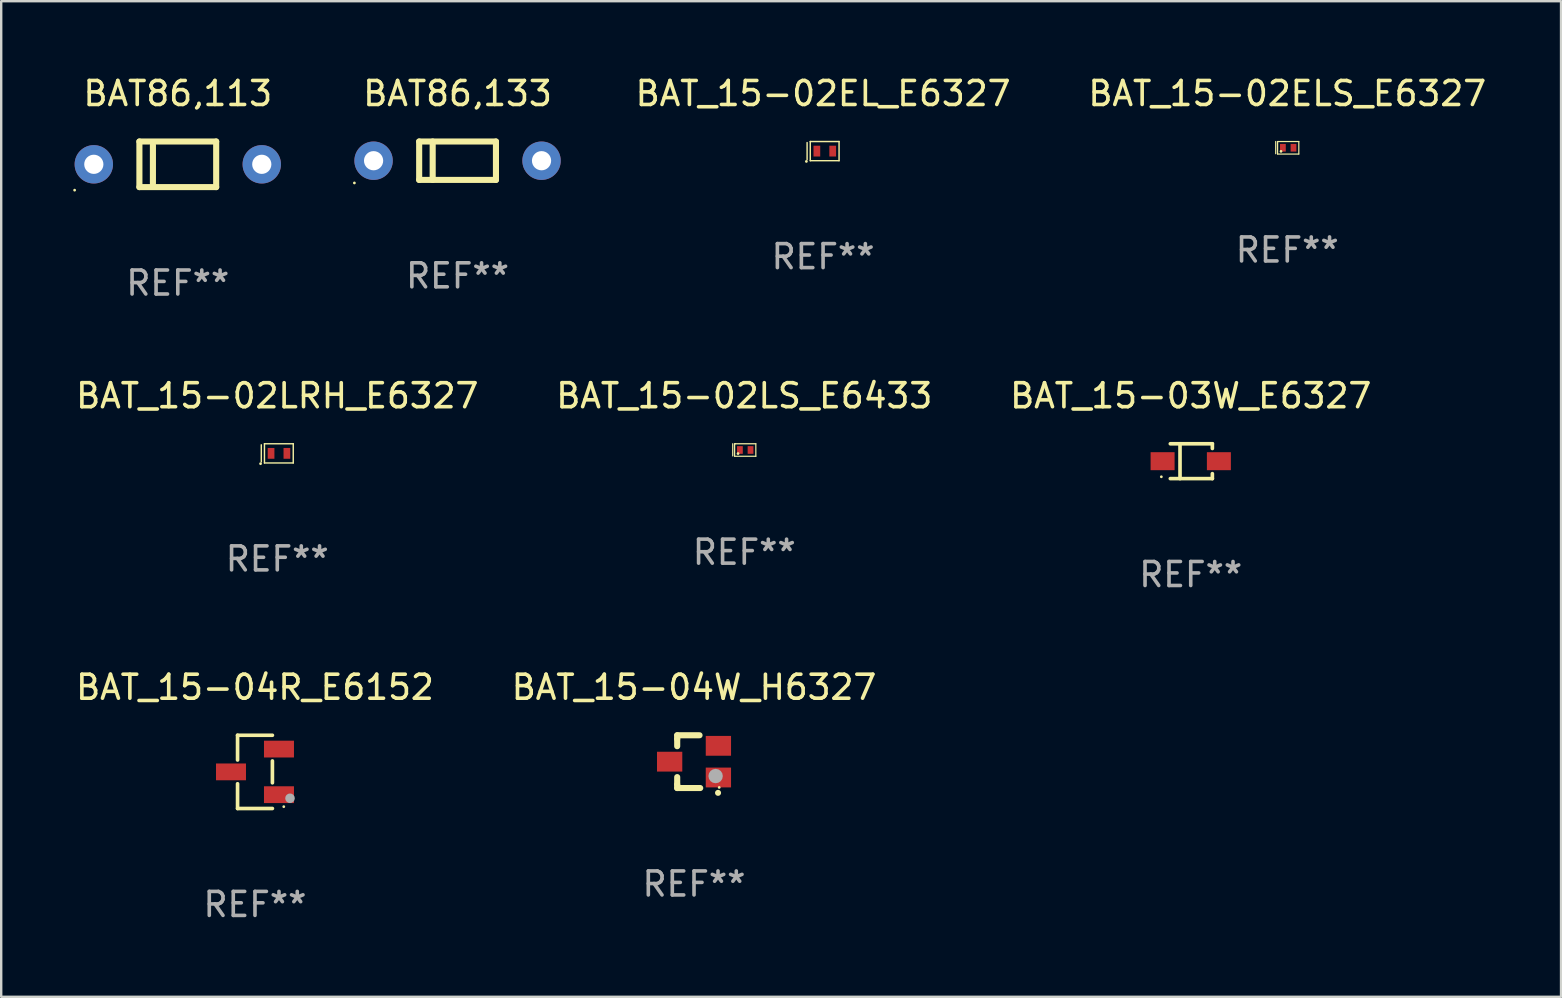
<source format=kicad_pcb>
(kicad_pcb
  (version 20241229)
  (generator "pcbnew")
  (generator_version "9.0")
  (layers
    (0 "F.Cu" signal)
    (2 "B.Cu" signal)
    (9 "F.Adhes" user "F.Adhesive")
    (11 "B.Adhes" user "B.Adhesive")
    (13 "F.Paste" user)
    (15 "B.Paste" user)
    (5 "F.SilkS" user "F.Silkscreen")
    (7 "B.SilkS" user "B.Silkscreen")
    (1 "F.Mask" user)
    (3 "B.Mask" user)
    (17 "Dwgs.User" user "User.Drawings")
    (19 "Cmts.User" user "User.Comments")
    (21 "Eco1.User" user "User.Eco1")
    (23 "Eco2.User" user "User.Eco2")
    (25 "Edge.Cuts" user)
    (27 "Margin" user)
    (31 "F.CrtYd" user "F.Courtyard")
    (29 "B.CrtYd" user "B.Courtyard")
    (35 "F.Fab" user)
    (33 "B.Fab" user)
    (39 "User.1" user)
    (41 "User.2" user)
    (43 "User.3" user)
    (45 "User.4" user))
  (footprint "BAT86,133"
    (layer "F.Cu")
    (at 16.02 3.648)
    (property "Reference" "BAT86,133" (at 0 -2.8 0) (layer "F.SilkS") (effects (font (size 1 1) (thickness 0.15))))
    (attr through_hole)
    (fp_line (start -1.6 -0.8) (end -1.6 0.8) (stroke (width 0.254) (type solid)) (layer "F.SilkS"))
    (fp_line (start -1.6 -0.8) (end 1.6 -0.8) (stroke (width 0.254) (type solid)) (layer "F.SilkS"))
    (fp_line (start -1.6 0.8) (end 1.6 0.8) (stroke (width 0.254) (type solid)) (layer "F.SilkS"))
    (fp_line (start -1.037 -0.8) (end -1.037 0.8) (stroke (width 0.254) (type solid)) (layer "F.SilkS"))
    (fp_line (start 1.6 -0.8) (end 1.6 0.8) (stroke (width 0.254) (type solid)) (layer "F.SilkS"))
    (fp_circle (center -4.3 0.927) (end -4.27 0.927) (stroke (width 0.06) (type solid)) (fill no) (layer "F.SilkS"))
    (fp_text user "REF**" (at 0 4.8 0) (layer "F.Fab") (effects (font (size 1 1) (thickness 0.15))))
    (pad "1" thru_hole circle (at -3.5 0) (size 1.6 1.6) (drill 0.8) (layers "*.Cu" "*.Mask"))
    (pad "2" thru_hole circle (at 3.5 0) (size 1.6 1.6) (drill 0.8) (layers "*.Cu" "*.Mask")))
  (footprint "BAT_15-04R_E6152"
    (layer "F.Cu")
    (at 7.577 29.12)
    (property "Reference" "BAT_15-04R_E6152" (at 0 -3.526 0) (layer "F.SilkS") (effects (font (size 1 1) (thickness 0.15))))
    (attr through_hole)
    (fp_line (start -0.726 -1.526) (end -0.726 -0.495) (stroke (width 0.152) (type solid)) (layer "F.SilkS"))
    (fp_line (start -0.726 1.526) (end -0.726 0.495) (stroke (width 0.152) (type solid)) (layer "F.SilkS"))
    (fp_line (start 0.726 -1.526) (end -0.726 -1.526) (stroke (width 0.152) (type solid)) (layer "F.SilkS"))
    (fp_line (start 0.726 -0.455) (end 0.726 0.455) (stroke (width 0.152) (type solid)) (layer "F.SilkS"))
    (fp_line (start 0.726 1.526) (end -0.726 1.526) (stroke (width 0.152) (type solid)) (layer "F.SilkS"))
    (fp_circle (center 1.2 1.45) (end 1.23 1.45) (stroke (width 0.06) (type solid)) (fill no) (layer "F.SilkS"))
    (fp_circle (center 1.46 1.1) (end 1.56 1.1) (stroke (width 0.2) (type solid)) (fill no) (layer "F.Fab"))
    (fp_text user "REF**" (at 0 5.526 0) (layer "F.Fab") (effects (font (size 1 1) (thickness 0.15))))
    (pad "1" smd rect (at 1 0.95) (size 1.25 0.7) (layers "F.Cu" "F.Mask" "F.Paste"))
    (pad "2" smd rect (at 1 -0.95) (size 1.25 0.7) (layers "F.Cu" "F.Mask" "F.Paste"))
    (pad "3" smd rect (at -1 0) (size 1.25 0.7) (layers "F.Cu" "F.Mask" "F.Paste")))
  (footprint "BAT_15-03W_E6327"
    (layer "F.Cu")
    (at 46.577 16.171)
    (property "Reference" "BAT_15-03W_E6327" (at 0 -2.726 0) (layer "F.SilkS") (effects (font (size 1 1) (thickness 0.15))))
    (attr through_hole)
    (fp_line (start -0.851 -0.726) (end 0.901 -0.726) (stroke (width 0.152) (type solid)) (layer "F.SilkS"))
    (fp_line (start -0.851 0.726) (end 0.901 0.726) (stroke (width 0.152) (type solid)) (layer "F.SilkS"))
    (fp_line (start -0.447 -0.726) (end -0.447 0.726) (stroke (width 0.152) (type solid)) (layer "F.SilkS"))
    (fp_line (start 0.901 -0.726) (end 0.901 -0.53) (stroke (width 0.152) (type solid)) (layer "F.SilkS"))
    (fp_line (start 0.901 0.726) (end 0.901 0.52) (stroke (width 0.152) (type solid)) (layer "F.SilkS"))
    (fp_circle (center -1.225 0.65) (end -1.195 0.65) (stroke (width 0.06) (type solid)) (fill no) (layer "F.SilkS"))
    (fp_text user "REF**" (at 0 4.726 0) (layer "F.Fab") (effects (font (size 1 1) (thickness 0.15))))
    (pad "1" smd rect (at -1.173 0) (size 1 0.75) (layers "F.Cu" "F.Mask" "F.Paste"))
    (pad "2" smd rect (at 1.173 0) (size 1 0.75) (layers "F.Cu" "F.Mask" "F.Paste")))
  (footprint "BAT_15-02LRH_E6327"
    (layer "F.Cu")
    (at 8.506 15.845)
    (property "Reference" "BAT_15-02LRH_E6327" (at 0 -2.4 0) (layer "F.SilkS") (effects (font (size 1 1) (thickness 0.15))))
    (attr through_hole)
    (fp_line (start -0.666 -0.356) (end -0.666 0.356) (stroke (width 0.06) (type solid)) (layer "F.SilkS"))
    (fp_line (start -0.534 -0.4) (end 0.666 -0.4) (stroke (width 0.06) (type solid)) (layer "F.SilkS"))
    (fp_line (start -0.534 0.4) (end -0.534 -0.4) (stroke (width 0.06) (type solid)) (layer "F.SilkS"))
    (fp_line (start 0.666 -0.4) (end 0.666 0.4) (stroke (width 0.06) (type solid)) (layer "F.SilkS"))
    (fp_line (start 0.666 0.4) (end -0.534 0.4) (stroke (width 0.06) (type solid)) (layer "F.SilkS"))
    (fp_circle (center -0.696 0.43) (end -0.666 0.43) (stroke (width 0.06) (type solid)) (fill no) (layer "F.SilkS"))
    (fp_text user "REF**" (at 0 4.4 0) (layer "F.Fab") (effects (font (size 1 1) (thickness 0.15))))
    (pad "1" smd rect (at -0.259 0) (size 0.28 0.45) (layers "F.Cu" "F.Mask" "F.Paste"))
    (pad "2" smd rect (at 0.401 0) (size 0.28 0.45) (layers "F.Cu" "F.Mask" "F.Paste")))
  (footprint "BAT_15-02ELS_E6327"
    (layer "F.Cu")
    (at 50.6 3.109)
    (property "Reference" "BAT_15-02ELS_E6327" (at 0 -2.261 0) (layer "F.SilkS") (effects (font (size 1 1) (thickness 0.15))))
    (attr through_hole)
    (fp_line (start -0.481 -0.261) (end -0.481 0.247) (stroke (width 0.051) (type solid)) (layer "F.SilkS"))
    (fp_line (start -0.403 -0.26) (end -0.37 -0.26) (stroke (width 0.05) (type solid)) (layer "F.SilkS"))
    (fp_line (start -0.403 0.261) (end -0.403 -0.26) (stroke (width 0.05) (type solid)) (layer "F.SilkS"))
    (fp_line (start -0.37 -0.26) (end 0.481 -0.26) (stroke (width 0.05) (type solid)) (layer "F.SilkS"))
    (fp_line (start 0.481 -0.26) (end 0.481 0.261) (stroke (width 0.05) (type solid)) (layer "F.SilkS"))
    (fp_line (start 0.481 0.261) (end -0.403 0.261) (stroke (width 0.05) (type solid)) (layer "F.SilkS"))
    (fp_circle (center -0.261 0.149) (end -0.231 0.149) (stroke (width 0.06) (type solid)) (fill no) (layer "F.SilkS"))
    (fp_text user "REF**" (at 0 4.261 0) (layer "F.Fab") (effects (font (size 1 1) (thickness 0.15))))
    (pad "1" smd rect (at -0.182 -0.001 90) (size 0.32 0.24) (layers "F.Cu" "F.Mask" "F.Paste"))
    (pad "2" smd rect (at 0.26 -0.001 90) (size 0.32 0.24) (layers "F.Cu" "F.Mask" "F.Paste")))
  (footprint "BAT_15-02EL_E6327"
    (layer "F.Cu")
    (at 31.254 3.248)
    (property "Reference" "BAT_15-02EL_E6327" (at 0 -2.4 0) (layer "F.SilkS") (effects (font (size 1 1) (thickness 0.15))))
    (attr through_hole)
    (fp_line (start -0.666 -0.356) (end -0.666 0.356) (stroke (width 0.06) (type solid)) (layer "F.SilkS"))
    (fp_line (start -0.534 -0.4) (end 0.666 -0.4) (stroke (width 0.06) (type solid)) (layer "F.SilkS"))
    (fp_line (start -0.534 0.4) (end -0.534 -0.4) (stroke (width 0.06) (type solid)) (layer "F.SilkS"))
    (fp_line (start 0.666 -0.4) (end 0.666 0.4) (stroke (width 0.06) (type solid)) (layer "F.SilkS"))
    (fp_line (start 0.666 0.4) (end -0.534 0.4) (stroke (width 0.06) (type solid)) (layer "F.SilkS"))
    (fp_circle (center -0.696 0.43) (end -0.666 0.43) (stroke (width 0.06) (type solid)) (fill no) (layer "F.SilkS"))
    (fp_text user "REF**" (at 0 4.4 0) (layer "F.Fab") (effects (font (size 1 1) (thickness 0.15))))
    (pad "1" smd rect (at -0.259 0) (size 0.28 0.45) (layers "F.Cu" "F.Mask" "F.Paste"))
    (pad "2" smd rect (at 0.401 0) (size 0.28 0.45) (layers "F.Cu" "F.Mask" "F.Paste")))
  (footprint "BAT_15-04W_H6327"
    (layer "F.Cu")
    (at 25.875 28.694)
    (property "Reference" "BAT_15-04W_H6327" (at 0 -3.1 0) (layer "F.SilkS") (effects (font (size 1 1) (thickness 0.15))))
    (attr through_hole)
    (fp_line (start -0.701 -0.95) (end -0.701 -1.1) (stroke (width 0.254) (type solid)) (layer "F.SilkS"))
    (fp_line (start -0.701 -0.644) (end -0.701 -0.95) (stroke (width 0.254) (type solid)) (layer "F.SilkS"))
    (fp_line (start -0.701 0.95) (end -0.701 0.644) (stroke (width 0.254) (type solid)) (layer "F.SilkS"))
    (fp_line (start -0.701 0.95) (end -0.701 1.1) (stroke (width 0.254) (type solid)) (layer "F.SilkS"))
    (fp_line (start -0.7 -1.1) (end 0.23 -1.1) (stroke (width 0.254) (type solid)) (layer "F.SilkS"))
    (fp_line (start -0.7 1.1) (end 0.258 1.1) (stroke (width 0.254) (type solid)) (layer "F.SilkS"))
    (fp_arc (start 1 1.3) (mid 1.00127 1.299994) (end 1.00254 1.3) (stroke (width 0.24892) (type solid)) (layer "F.SilkS"))
    (fp_circle (center 1.05 1.075) (end 1.08 1.075) (stroke (width 0.06) (type solid)) (fill no) (layer "F.SilkS"))
    (fp_circle (center 0.9 0.6) (end 1.05 0.6) (stroke (width 0.3) (type solid)) (fill no) (layer "F.Fab"))
    (fp_text user "REF**" (at 0 5.1 0) (layer "F.Fab") (effects (font (size 1 1) (thickness 0.15))))
    (pad "1" smd rect (at 1.016 0.66) (size 1.054 0.826) (layers "F.Cu" "F.Mask" "F.Paste"))
    (pad "2" smd rect (at 1.016 -0.66) (size 1.054 0.826) (layers "F.Cu" "F.Mask" "F.Paste"))
    (pad "3" smd rect (at -1.016 0) (size 1.054 0.826) (layers "F.Cu" "F.Mask" "F.Paste")))
  (footprint "BAT_15-02LS_E6433"
    (layer "F.Cu")
    (at 27.97 15.705)
    (property "Reference" "BAT_15-02LS_E6433" (at 0 -2.261 0) (layer "F.SilkS") (effects (font (size 1 1) (thickness 0.15))))
    (attr through_hole)
    (fp_line (start -0.481 -0.261) (end -0.481 0.247) (stroke (width 0.051) (type solid)) (layer "F.SilkS"))
    (fp_line (start -0.403 -0.26) (end -0.37 -0.26) (stroke (width 0.05) (type solid)) (layer "F.SilkS"))
    (fp_line (start -0.403 0.261) (end -0.403 -0.26) (stroke (width 0.05) (type solid)) (layer "F.SilkS"))
    (fp_line (start -0.37 -0.26) (end 0.481 -0.26) (stroke (width 0.05) (type solid)) (layer "F.SilkS"))
    (fp_line (start 0.481 -0.26) (end 0.481 0.261) (stroke (width 0.05) (type solid)) (layer "F.SilkS"))
    (fp_line (start 0.481 0.261) (end -0.403 0.261) (stroke (width 0.05) (type solid)) (layer "F.SilkS"))
    (fp_circle (center -0.261 0.149) (end -0.231 0.149) (stroke (width 0.06) (type solid)) (fill no) (layer "F.SilkS"))
    (fp_text user "REF**" (at 0 4.261 0) (layer "F.Fab") (effects (font (size 1 1) (thickness 0.15))))
    (pad "1" smd rect (at -0.182 -0.001 90) (size 0.32 0.24) (layers "F.Cu" "F.Mask" "F.Paste"))
    (pad "2" smd rect (at 0.26 -0.001 90) (size 0.32 0.24) (layers "F.Cu" "F.Mask" "F.Paste")))
  (footprint "BAT86,113"
    (layer "F.Cu")
    (at 4.36 3.798)
    (property "Reference" "BAT86,113" (at 0 -2.95 0) (layer "F.SilkS") (effects (font (size 1 1) (thickness 0.15))))
    (attr through_hole)
    (fp_line (start -1.6 -0.95) (end -1.6 0.95) (stroke (width 0.254) (type solid)) (layer "F.SilkS"))
    (fp_line (start -1.6 -0.95) (end 1.6 -0.95) (stroke (width 0.254) (type solid)) (layer "F.SilkS"))
    (fp_line (start -1.6 0.95) (end 1.6 0.95) (stroke (width 0.254) (type solid)) (layer "F.SilkS"))
    (fp_line (start -1.037 -0.8) (end -1.037 0.8) (stroke (width 0.254) (type solid)) (layer "F.SilkS"))
    (fp_line (start 1.6 0.95) (end 1.6 -0.95) (stroke (width 0.254) (type solid)) (layer "F.SilkS"))
    (fp_circle (center -4.3 1.077) (end -4.27 1.077) (stroke (width 0.06) (type solid)) (fill no) (layer "F.SilkS"))
    (fp_text user "REF**" (at 0 4.95 0) (layer "F.Fab") (effects (font (size 1 1) (thickness 0.15))))
    (pad "1" thru_hole circle (at -3.5 0) (size 1.6 1.6) (drill 0.8) (layers "*.Cu" "*.Mask"))
    (pad "2" thru_hole circle (at 3.5 0) (size 1.6 1.6) (drill 0.8) (layers "*.Cu" "*.Mask")))
  (gr_rect
    (start -3 -3)
    (end 62.01 38.494)
    (stroke (width 0.1) (type default))
    (fill no)
    (layer "Edge.Cuts")))
</source>
